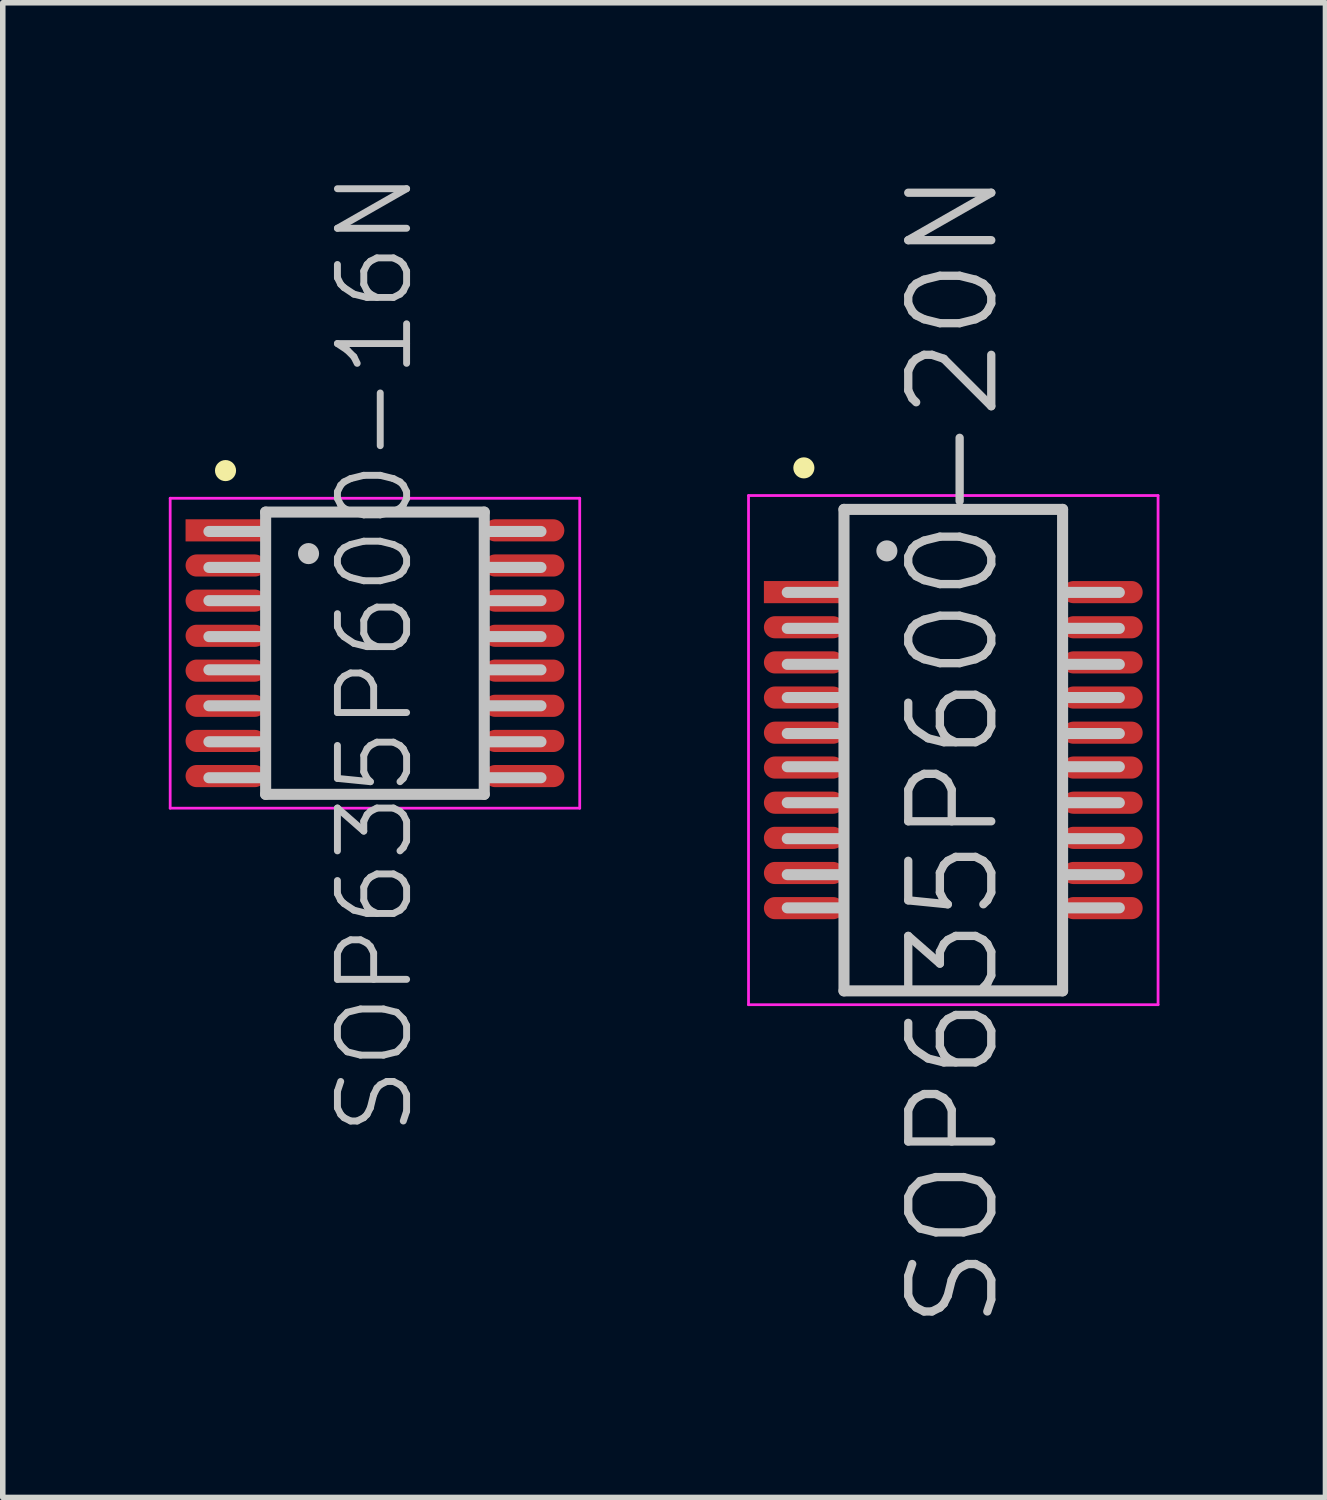
<source format=kicad_pcb>
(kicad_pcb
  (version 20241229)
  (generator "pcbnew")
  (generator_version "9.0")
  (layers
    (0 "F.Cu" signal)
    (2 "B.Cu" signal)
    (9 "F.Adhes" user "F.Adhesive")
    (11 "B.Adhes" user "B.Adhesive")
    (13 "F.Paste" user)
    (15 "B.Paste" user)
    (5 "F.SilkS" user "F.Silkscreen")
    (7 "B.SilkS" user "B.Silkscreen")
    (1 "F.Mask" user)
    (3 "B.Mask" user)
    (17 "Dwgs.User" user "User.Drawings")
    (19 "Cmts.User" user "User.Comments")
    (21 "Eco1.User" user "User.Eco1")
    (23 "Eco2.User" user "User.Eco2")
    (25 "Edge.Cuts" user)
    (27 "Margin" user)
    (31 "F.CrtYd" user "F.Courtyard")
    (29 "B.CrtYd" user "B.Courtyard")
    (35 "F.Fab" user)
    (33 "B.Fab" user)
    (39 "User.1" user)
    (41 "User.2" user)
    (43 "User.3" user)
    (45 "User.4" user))
  (footprint "SOP635P600-20N"
    (layer "F.Cu")
    (at 14.175 10.504)
    (property "Reference" "SOP635P600-20N" (at 0 0 90) (layer "Dwgs.User") (effects (font (size 1.5 1.5) (thickness 0.15))))
    (attr smd)
    (fp_line (start -2.7 -5.1) (end -2.7 -5.1) (stroke (width 0.381) (type solid)) (layer "F.SilkS"))
    (fp_line (start -2 -2.85) (end -3 -2.85) (stroke (width 0.2) (type solid)) (layer "Dwgs.User"))
    (fp_line (start -2 -2.2) (end -3 -2.2) (stroke (width 0.2) (type solid)) (layer "Dwgs.User"))
    (fp_line (start -2 -1.55) (end -3 -1.55) (stroke (width 0.2) (type solid)) (layer "Dwgs.User"))
    (fp_line (start -2 -0.95) (end -3 -0.95) (stroke (width 0.2) (type solid)) (layer "Dwgs.User"))
    (fp_line (start -2 -0.3) (end -3 -0.3) (stroke (width 0.2) (type solid)) (layer "Dwgs.User"))
    (fp_line (start -2 0.3) (end -3 0.3) (stroke (width 0.2) (type solid)) (layer "Dwgs.User"))
    (fp_line (start -2 0.95) (end -3 0.95) (stroke (width 0.2) (type solid)) (layer "Dwgs.User"))
    (fp_line (start -2 1.6) (end -3 1.6) (stroke (width 0.2) (type solid)) (layer "Dwgs.User"))
    (fp_line (start -2 2.25) (end -3 2.25) (stroke (width 0.2) (type solid)) (layer "Dwgs.User"))
    (fp_line (start -2 2.85) (end -3 2.85) (stroke (width 0.2) (type solid)) (layer "Dwgs.User"))
    (fp_line (start -1.975 -4.35) (end -1.975 4.35) (stroke (width 0.2) (type solid)) (layer "Dwgs.User"))
    (fp_line (start -1.975 -4.35) (end 1.975 -4.35) (stroke (width 0.2) (type solid)) (layer "Dwgs.User"))
    (fp_line (start -1.975 4.35) (end 1.975 4.35) (stroke (width 0.2) (type solid)) (layer "Dwgs.User"))
    (fp_line (start -1.2 -3.6) (end -1.2 -3.6) (stroke (width 0.381) (type solid)) (layer "Dwgs.User"))
    (fp_line (start 1.975 -4.35) (end 1.975 4.35) (stroke (width 0.2) (type solid)) (layer "Dwgs.User"))
    (fp_line (start 3 -2.85) (end 2 -2.85) (stroke (width 0.2) (type solid)) (layer "Dwgs.User"))
    (fp_line (start 3 -2.2) (end 2 -2.2) (stroke (width 0.2) (type solid)) (layer "Dwgs.User"))
    (fp_line (start 3 -1.55) (end 2 -1.55) (stroke (width 0.2) (type solid)) (layer "Dwgs.User"))
    (fp_line (start 3 -0.95) (end 2 -0.95) (stroke (width 0.2) (type solid)) (layer "Dwgs.User"))
    (fp_line (start 3 -0.3) (end 2 -0.3) (stroke (width 0.2) (type solid)) (layer "Dwgs.User"))
    (fp_line (start 3 0.3) (end 2 0.3) (stroke (width 0.2) (type solid)) (layer "Dwgs.User"))
    (fp_line (start 3 0.95) (end 2 0.95) (stroke (width 0.2) (type solid)) (layer "Dwgs.User"))
    (fp_line (start 3 1.6) (end 2 1.6) (stroke (width 0.2) (type solid)) (layer "Dwgs.User"))
    (fp_line (start 3 2.25) (end 2 2.25) (stroke (width 0.2) (type solid)) (layer "Dwgs.User"))
    (fp_line (start 3 2.85) (end 2 2.85) (stroke (width 0.2) (type solid)) (layer "Dwgs.User"))
    (fp_line (start -3.7 -4.6) (end -3.7 4.6) (stroke (width 0.05) (type solid)) (layer "F.CrtYd"))
    (fp_line (start -3.7 -4.6) (end 3.7 -4.6) (stroke (width 0.05) (type solid)) (layer "F.CrtYd"))
    (fp_line (start -3.7 4.6) (end 3.7 4.6) (stroke (width 0.05) (type solid)) (layer "F.CrtYd"))
    (fp_line (start 3.7 -4.6) (end 3.7 4.6) (stroke (width 0.05) (type solid)) (layer "F.CrtYd"))
    (pad "1" smd rect (at -2.697 -2.855 90) (size 0.4 1.45) (layers "F.Cu" "F.Mask" "F.Paste"))
    (pad "2" smd oval (at -2.697 -2.22 90) (size 0.4 1.45) (layers "F.Cu" "F.Mask" "F.Paste"))
    (pad "3" smd oval (at -2.697 -1.585 90) (size 0.4 1.45) (layers "F.Cu" "F.Mask" "F.Paste"))
    (pad "4" smd oval (at -2.697 -0.95 90) (size 0.4 1.45) (layers "F.Cu" "F.Mask" "F.Paste"))
    (pad "5" smd oval (at -2.697 -0.315 90) (size 0.4 1.45) (layers "F.Cu" "F.Mask" "F.Paste"))
    (pad "6" smd oval (at -2.697 0.315 90) (size 0.4 1.45) (layers "F.Cu" "F.Mask" "F.Paste"))
    (pad "7" smd oval (at -2.697 0.95 90) (size 0.4 1.45) (layers "F.Cu" "F.Mask" "F.Paste"))
    (pad "8" smd oval (at -2.697 1.585 90) (size 0.4 1.45) (layers "F.Cu" "F.Mask" "F.Paste"))
    (pad "9" smd oval (at -2.697 2.22 90) (size 0.4 1.45) (layers "F.Cu" "F.Mask" "F.Paste"))
    (pad "10" smd oval (at -2.697 2.855 90) (size 0.4 1.45) (layers "F.Cu" "F.Mask" "F.Paste"))
    (pad "11" smd oval (at 2.697 2.855 270) (size 0.4 1.45) (layers "F.Cu" "F.Mask" "F.Paste"))
    (pad "12" smd oval (at 2.697 2.22 270) (size 0.4 1.45) (layers "F.Cu" "F.Mask" "F.Paste"))
    (pad "13" smd oval (at 2.697 1.585 270) (size 0.4 1.45) (layers "F.Cu" "F.Mask" "F.Paste"))
    (pad "14" smd oval (at 2.697 0.95 270) (size 0.4 1.45) (layers "F.Cu" "F.Mask" "F.Paste"))
    (pad "15" smd oval (at 2.697 0.315 270) (size 0.4 1.45) (layers "F.Cu" "F.Mask" "F.Paste"))
    (pad "16" smd oval (at 2.697 -0.315 270) (size 0.4 1.45) (layers "F.Cu" "F.Mask" "F.Paste"))
    (pad "17" smd oval (at 2.697 -0.95 270) (size 0.4 1.45) (layers "F.Cu" "F.Mask" "F.Paste"))
    (pad "18" smd oval (at 2.697 -1.585 270) (size 0.4 1.45) (layers "F.Cu" "F.Mask" "F.Paste"))
    (pad "19" smd oval (at 2.697 -2.22 270) (size 0.4 1.45) (layers "F.Cu" "F.Mask" "F.Paste"))
    (pad "20" smd oval (at 2.697 -2.855 270) (size 0.4 1.45) (layers "F.Cu" "F.Mask" "F.Paste")))
  (footprint "SOP635P600-16N"
    (layer "F.Cu")
    (at 3.725 8.753)
    (property "Reference" "SOP635P600-16N" (at 0 0 90) (layer "Dwgs.User") (effects (font (size 1.25 1.25) (thickness 0.125))))
    (attr smd)
    (fp_line (start -2.7 -3.3) (end -2.7 -3.3) (stroke (width 0.381) (type solid)) (layer "F.SilkS"))
    (fp_line (start -2 -2.2) (end -3 -2.2) (stroke (width 0.2) (type solid)) (layer "Dwgs.User"))
    (fp_line (start -2 -1.55) (end -3 -1.55) (stroke (width 0.2) (type solid)) (layer "Dwgs.User"))
    (fp_line (start -2 -0.95) (end -3 -0.95) (stroke (width 0.2) (type solid)) (layer "Dwgs.User"))
    (fp_line (start -2 -0.3) (end -3 -0.3) (stroke (width 0.2) (type solid)) (layer "Dwgs.User"))
    (fp_line (start -2 0.3) (end -3 0.3) (stroke (width 0.2) (type solid)) (layer "Dwgs.User"))
    (fp_line (start -2 0.95) (end -3 0.95) (stroke (width 0.2) (type solid)) (layer "Dwgs.User"))
    (fp_line (start -2 1.6) (end -3 1.6) (stroke (width 0.2) (type solid)) (layer "Dwgs.User"))
    (fp_line (start -2 2.25) (end -3 2.25) (stroke (width 0.2) (type solid)) (layer "Dwgs.User"))
    (fp_line (start -1.975 -2.55) (end -1.975 2.55) (stroke (width 0.2) (type solid)) (layer "Dwgs.User"))
    (fp_line (start -1.975 -2.55) (end 1.975 -2.55) (stroke (width 0.2) (type solid)) (layer "Dwgs.User"))
    (fp_line (start -1.975 2.55) (end 1.975 2.55) (stroke (width 0.2) (type solid)) (layer "Dwgs.User"))
    (fp_line (start -1.2 -1.8) (end -1.2 -1.8) (stroke (width 0.381) (type solid)) (layer "Dwgs.User"))
    (fp_line (start 1.975 -2.55) (end 1.975 2.55) (stroke (width 0.2) (type solid)) (layer "Dwgs.User"))
    (fp_line (start 3 -2.2) (end 2 -2.2) (stroke (width 0.2) (type solid)) (layer "Dwgs.User"))
    (fp_line (start 3 -1.55) (end 2 -1.55) (stroke (width 0.2) (type solid)) (layer "Dwgs.User"))
    (fp_line (start 3 -0.95) (end 2 -0.95) (stroke (width 0.2) (type solid)) (layer "Dwgs.User"))
    (fp_line (start 3 -0.3) (end 2 -0.3) (stroke (width 0.2) (type solid)) (layer "Dwgs.User"))
    (fp_line (start 3 0.3) (end 2 0.3) (stroke (width 0.2) (type solid)) (layer "Dwgs.User"))
    (fp_line (start 3 0.95) (end 2 0.95) (stroke (width 0.2) (type solid)) (layer "Dwgs.User"))
    (fp_line (start 3 1.6) (end 2 1.6) (stroke (width 0.2) (type solid)) (layer "Dwgs.User"))
    (fp_line (start 3 2.25) (end 2 2.25) (stroke (width 0.2) (type solid)) (layer "Dwgs.User"))
    (fp_line (start -3.7 -2.8) (end -3.7 2.8) (stroke (width 0.05) (type solid)) (layer "F.CrtYd"))
    (fp_line (start -3.7 -2.8) (end 3.7 -2.8) (stroke (width 0.05) (type solid)) (layer "F.CrtYd"))
    (fp_line (start -3.7 2.8) (end 3.7 2.8) (stroke (width 0.05) (type solid)) (layer "F.CrtYd"))
    (fp_line (start 3.7 -2.8) (end 3.7 2.8) (stroke (width 0.05) (type solid)) (layer "F.CrtYd"))
    (pad "1" smd rect (at -2.697 -2.22 90) (size 0.4 1.45) (layers "F.Cu" "F.Mask" "F.Paste"))
    (pad "2" smd oval (at -2.697 -1.585 90) (size 0.4 1.45) (layers "F.Cu" "F.Mask" "F.Paste"))
    (pad "3" smd oval (at -2.697 -0.95 90) (size 0.4 1.45) (layers "F.Cu" "F.Mask" "F.Paste"))
    (pad "4" smd oval (at -2.697 -0.315 90) (size 0.4 1.45) (layers "F.Cu" "F.Mask" "F.Paste"))
    (pad "5" smd oval (at -2.697 0.315 90) (size 0.4 1.45) (layers "F.Cu" "F.Mask" "F.Paste"))
    (pad "6" smd oval (at -2.697 0.95 90) (size 0.4 1.45) (layers "F.Cu" "F.Mask" "F.Paste"))
    (pad "7" smd oval (at -2.697 1.585 90) (size 0.4 1.45) (layers "F.Cu" "F.Mask" "F.Paste"))
    (pad "8" smd oval (at -2.697 2.22 90) (size 0.4 1.45) (layers "F.Cu" "F.Mask" "F.Paste"))
    (pad "9" smd oval (at 2.697 2.22 270) (size 0.4 1.45) (layers "F.Cu" "F.Mask" "F.Paste"))
    (pad "10" smd oval (at 2.697 1.585 270) (size 0.4 1.45) (layers "F.Cu" "F.Mask" "F.Paste"))
    (pad "11" smd oval (at 2.697 0.95 270) (size 0.4 1.45) (layers "F.Cu" "F.Mask" "F.Paste"))
    (pad "12" smd oval (at 2.697 0.315 270) (size 0.4 1.45) (layers "F.Cu" "F.Mask" "F.Paste"))
    (pad "13" smd oval (at 2.697 -0.315 270) (size 0.4 1.45) (layers "F.Cu" "F.Mask" "F.Paste"))
    (pad "14" smd oval (at 2.697 -0.95 270) (size 0.4 1.45) (layers "F.Cu" "F.Mask" "F.Paste"))
    (pad "15" smd oval (at 2.697 -1.585 270) (size 0.4 1.45) (layers "F.Cu" "F.Mask" "F.Paste"))
    (pad "16" smd oval (at 2.697 -2.22 270) (size 0.4 1.45) (layers "F.Cu" "F.Mask" "F.Paste")))
  (gr_rect
    (start -3 -3)
    (end 20.9 24.007)
    (stroke (width 0.1) (type default))
    (fill no)
    (layer "Edge.Cuts")))
</source>
